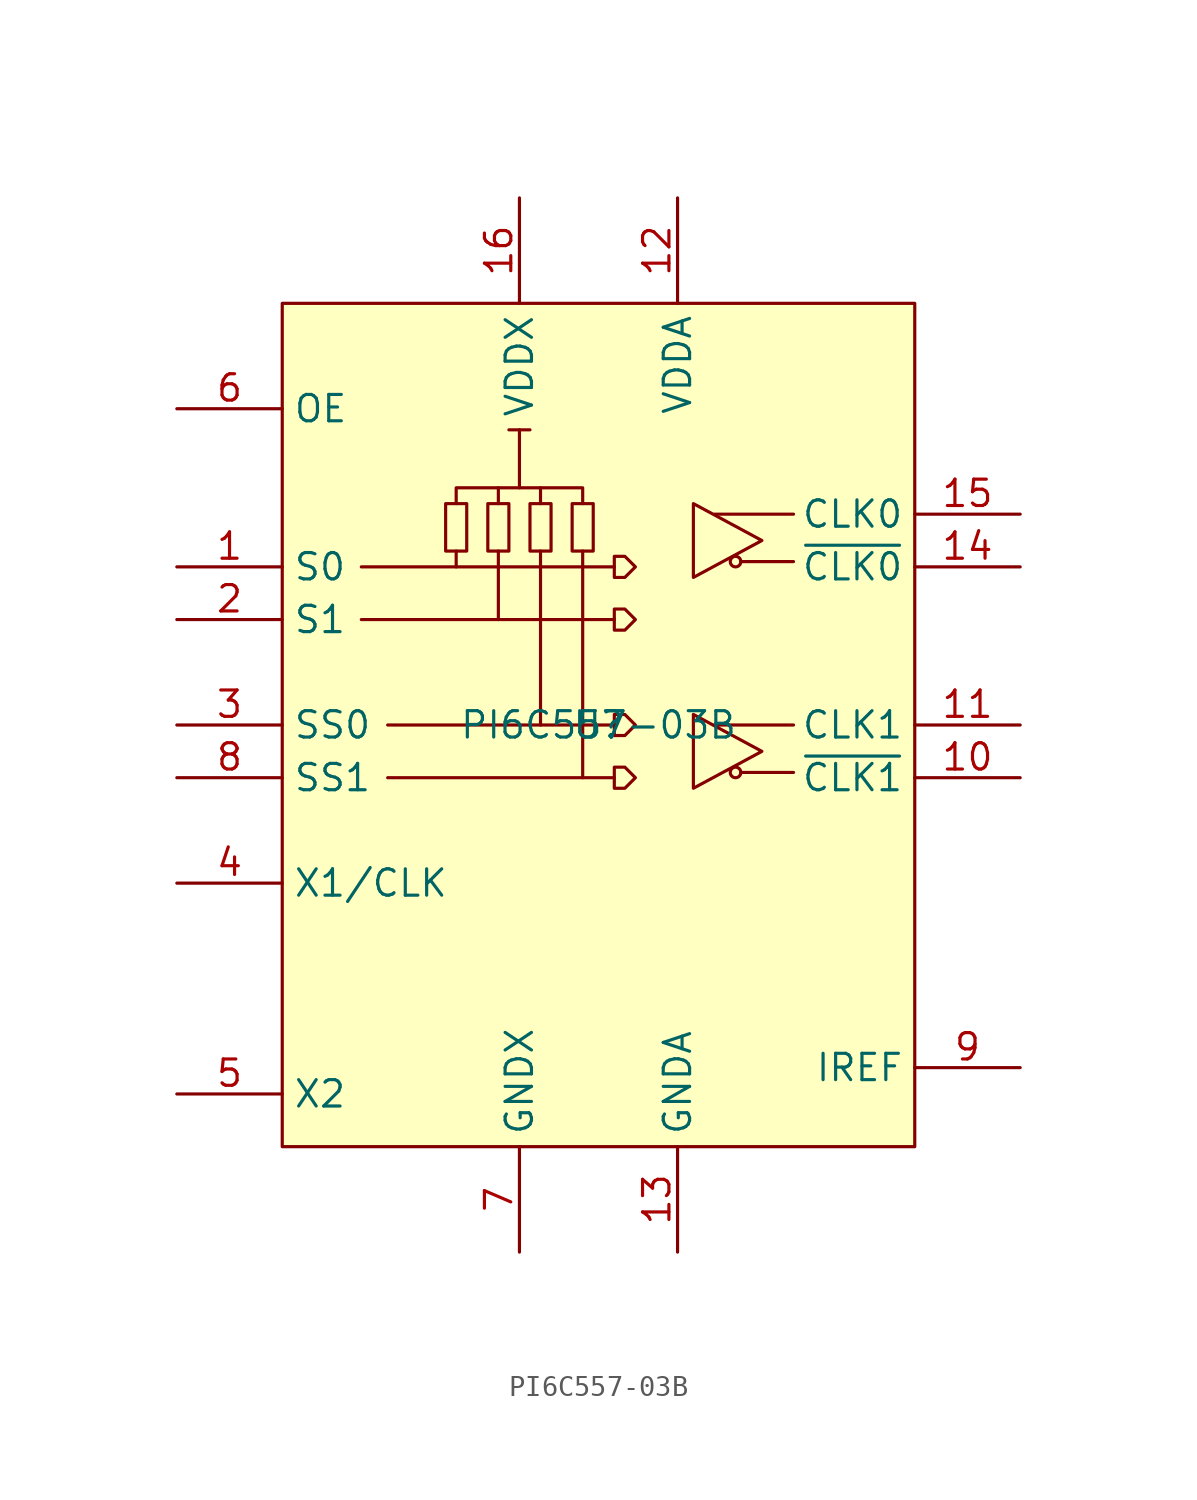
<source format=kicad_sym>
(kicad_symbol_lib
  (version 20241209)
  (generator "kicad_symbol_editor")
  (generator_version "9.0")
  (symbol "PI6C557-03B"
    (property "Reference" "U"
      (at 0 0 0)
      (effects (font (size 1.27 1.27))))
    (property "Value" "PI6C557-03B"
      (at 0 0 0)
      (effects (font (size 1.27 1.27))))
    (symbol "PI6C557-03B_0_0"
      (pin input line (at -20.32 15.24 0) (length 5.08) (name "OE" (effects (font (size 1.27 1.27)))) (number "6" (effects (font (size 1.27 1.27)))))
      (pin input line (at -20.32 7.62 0) (length 5.08) (name "S0" (effects (font (size 1.27 1.27)))) (number "1" (effects (font (size 1.27 1.27)))))
      (pin input line (at -20.32 5.08 0) (length 5.08) (name "S1" (effects (font (size 1.27 1.27)))) (number "2" (effects (font (size 1.27 1.27)))))
      (pin input line (at -20.32 0 0) (length 5.08) (name "SS0" (effects (font (size 1.27 1.27)))) (number "3" (effects (font (size 1.27 1.27)))))
      (pin input line (at -20.32 -2.54 0) (length 5.08) (name "SS1" (effects (font (size 1.27 1.27)))) (number "8" (effects (font (size 1.27 1.27)))))
      (pin input line (at -20.32 -7.62 0) (length 5.08) (name "X1/CLK" (effects (font (size 1.27 1.27)))) (number "4" (effects (font (size 1.27 1.27)))))
      (pin output line (at -20.32 -17.78 0) (length 5.08) (name "X2" (effects (font (size 1.27 1.27)))) (number "5" (effects (font (size 1.27 1.27)))))
      (pin power_in line (at -3.81 25.4 270) (length 5.08) (name "VDDX" (effects (font (size 1.27 1.27)))) (number "16" (effects (font (size 1.27 1.27)))))
      (pin power_in line (at -3.81 -25.4 90) (length 5.08) (name "GNDX" (effects (font (size 1.27 1.27)))) (number "7" (effects (font (size 1.27 1.27)))))
      (pin power_in line (at 3.81 25.4 270) (length 5.08) (name "VDDA" (effects (font (size 1.27 1.27)))) (number "12" (effects (font (size 1.27 1.27)))))
      (pin power_in line (at 3.81 -25.4 90) (length 5.08) (name "GNDA" (effects (font (size 1.27 1.27)))) (number "13" (effects (font (size 1.27 1.27)))))
      (pin output line (at 20.32 10.16 180) (length 5.08) (name "CLK0" (effects (font (size 1.27 1.27)))) (number "15" (effects (font (size 1.27 1.27)))))
      (pin output line (at 20.32 7.62 180) (length 5.08) (name "~{CLK0}" (effects (font (size 1.27 1.27)))) (number "14" (effects (font (size 1.27 1.27)))))
      (pin output line (at 20.32 0 180) (length 5.08) (name "CLK1" (effects (font (size 1.27 1.27)))) (number "11" (effects (font (size 1.27 1.27)))))
      (pin output line (at 20.32 -2.54 180) (length 5.08) (name "~{CLK1}" (effects (font (size 1.27 1.27)))) (number "10" (effects (font (size 1.27 1.27)))))
      (pin output line (at 20.32 -16.51 180) (length 5.08) (name "IREF" (effects (font (size 1.27 1.27)))) (number "9" (effects (font (size 1.27 1.27))))))
    (symbol "PI6C557-03B_1_1"
      (rectangle (start -15.24 20.32) (end 15.24 -20.32) (stroke (width 0) (type solid)) (fill (type background)))
      (polyline (pts (xy -11.43 5.08) (xy -4.826 5.08) (xy -4.826 8.382)) (stroke (width 0) (type default)) (fill (type none)))
      (polyline (pts (xy -10.16 -2.54) (xy -0.762 -2.54) (xy -0.762 8.382)) (stroke (width 0) (type default)) (fill (type none)))
      (rectangle (start -7.366 10.668) (end -6.35 8.382) (stroke (width 0) (type default)) (fill (type none)))
      (polyline (pts (xy -6.858 10.668) (xy -6.858 11.43) (xy -0.762 11.43) (xy -0.762 10.668)) (stroke (width 0) (type default)) (fill (type none)))
      (polyline (pts (xy -6.858 8.382) (xy -6.858 7.62) (xy -11.43 7.62)) (stroke (width 0) (type default)) (fill (type none)))
      (polyline (pts (xy -6.858 7.62) (xy 0.762 7.62)) (stroke (width 0) (type default)) (fill (type none)))
      (rectangle (start -5.334 10.668) (end -4.318 8.382) (stroke (width 0) (type default)) (fill (type none)))
      (polyline (pts (xy -4.826 10.668) (xy -4.826 11.43)) (stroke (width 0) (type default)) (fill (type none)))
      (polyline (pts (xy -4.826 5.08) (xy 0.762 5.08)) (stroke (width 0) (type default)) (fill (type none)))
      (polyline (pts (xy -3.81 11.43) (xy -3.81 14.224)) (stroke (width 0) (type default)) (fill (type none)))
      (polyline (pts (xy -3.302 14.224) (xy -4.318 14.224)) (stroke (width 0) (type default)) (fill (type none)))
      (rectangle (start -3.302 10.668) (end -2.286 8.382) (stroke (width 0) (type default)) (fill (type none)))
      (polyline (pts (xy -2.794 10.668) (xy -2.794 11.43)) (stroke (width 0) (type default)) (fill (type none)))
      (polyline (pts (xy -2.794 8.382) (xy -2.794 0) (xy -10.16 0)) (stroke (width 0) (type default)) (fill (type none)))
      (polyline (pts (xy -2.794 0) (xy 0.762 0)) (stroke (width 0) (type default)) (fill (type none)))
      (rectangle (start -1.27 10.668) (end -0.254 8.382) (stroke (width 0) (type default)) (fill (type none)))
      (polyline (pts (xy -0.762 -2.54) (xy 0.762 -2.54)) (stroke (width 0) (type default)) (fill (type none)))
      (polyline (pts (xy 0.762 8.128) (xy 0.762 7.112) (xy 1.27 7.112) (xy 1.778 7.62) (xy 1.27 8.128) (xy 0.762 8.128)) (stroke (width 0) (type default)) (fill (type none)))
      (polyline (pts (xy 0.762 5.588) (xy 0.762 4.572) (xy 1.27 4.572) (xy 1.778 5.08) (xy 1.27 5.588) (xy 0.762 5.588)) (stroke (width 0) (type default)) (fill (type none)))
      (polyline (pts (xy 0.762 0.508) (xy 0.762 -0.508) (xy 1.27 -0.508) (xy 1.778 0) (xy 1.27 0.508) (xy 0.762 0.508)) (stroke (width 0) (type default)) (fill (type none)))
      (polyline (pts (xy 0.762 -2.032) (xy 0.762 -3.048) (xy 1.27 -3.048) (xy 1.778 -2.54) (xy 1.27 -2.032) (xy 0.762 -2.032)) (stroke (width 0) (type default)) (fill (type none)))
      (polyline (pts (xy 4.572 10.668) (xy 4.572 7.112) (xy 7.874 8.89) (xy 4.572 10.668)) (stroke (width 0) (type default)) (fill (type none)))
      (polyline (pts (xy 4.572 0.508) (xy 4.572 -3.048) (xy 7.874 -1.27) (xy 4.572 0.508)) (stroke (width 0) (type default)) (fill (type none)))
      (polyline (pts (xy 5.588 10.16) (xy 9.398 10.16)) (stroke (width 0) (type default)) (fill (type none)))
      (polyline (pts (xy 5.588 0) (xy 9.398 0)) (stroke (width 0) (type default)) (fill (type none)))
      (circle (center 6.604 7.874) (radius 0.254) (stroke (width 0) (type default)) (fill (type none)))
      (circle (center 6.604 -2.286) (radius 0.254) (stroke (width 0) (type default)) (fill (type none)))
      (polyline (pts (xy 6.858 7.874) (xy 9.398 7.874)) (stroke (width 0) (type default)) (fill (type none)))
      (polyline (pts (xy 6.858 -2.286) (xy 9.398 -2.286)) (stroke (width 0) (type default)) (fill (type none))))))
</source>
